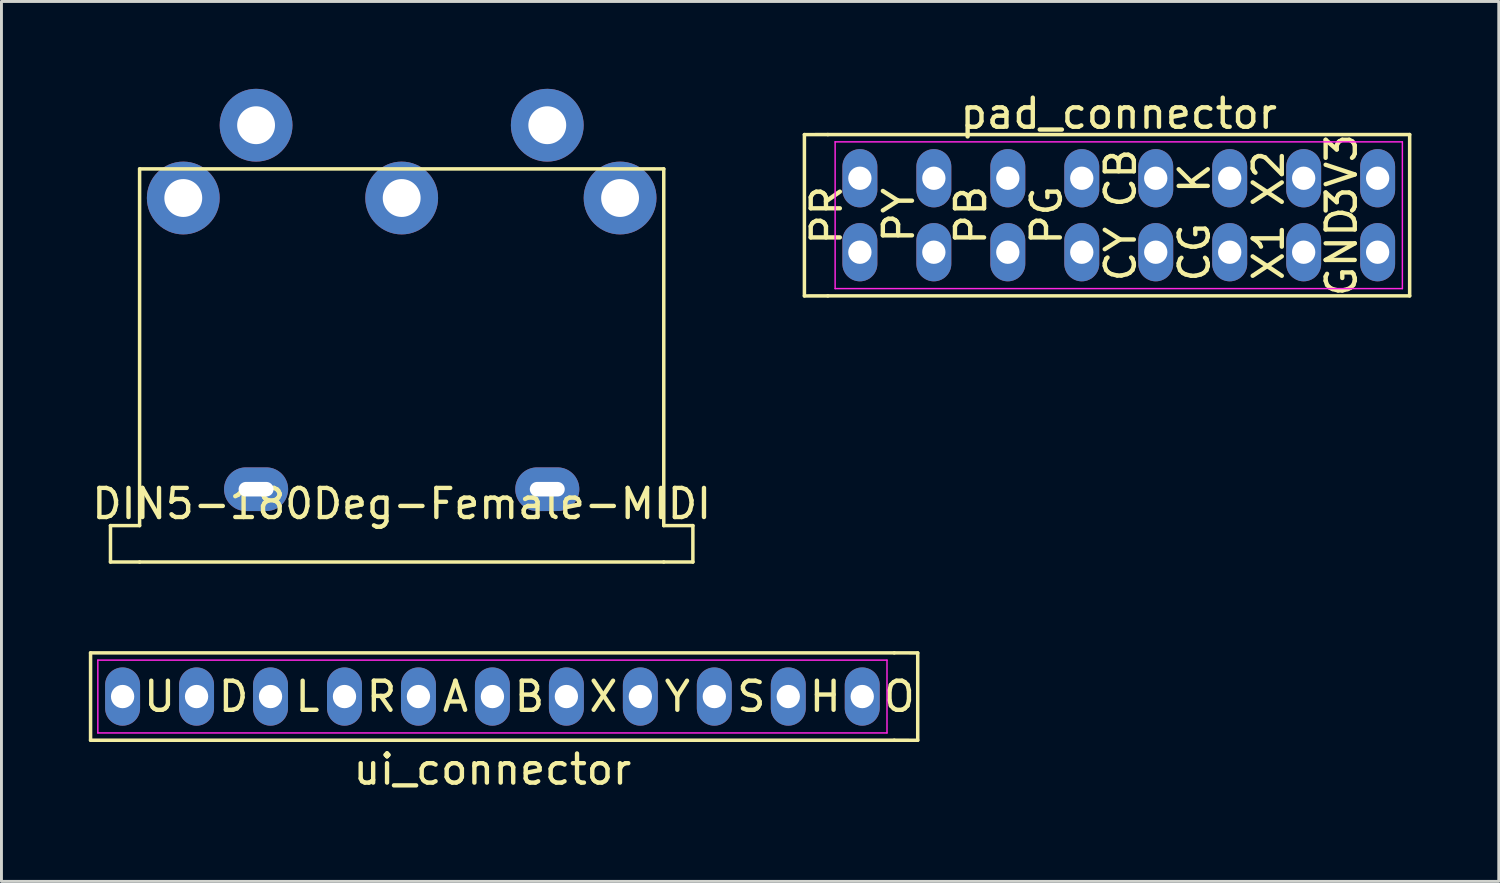
<source format=kicad_pcb>
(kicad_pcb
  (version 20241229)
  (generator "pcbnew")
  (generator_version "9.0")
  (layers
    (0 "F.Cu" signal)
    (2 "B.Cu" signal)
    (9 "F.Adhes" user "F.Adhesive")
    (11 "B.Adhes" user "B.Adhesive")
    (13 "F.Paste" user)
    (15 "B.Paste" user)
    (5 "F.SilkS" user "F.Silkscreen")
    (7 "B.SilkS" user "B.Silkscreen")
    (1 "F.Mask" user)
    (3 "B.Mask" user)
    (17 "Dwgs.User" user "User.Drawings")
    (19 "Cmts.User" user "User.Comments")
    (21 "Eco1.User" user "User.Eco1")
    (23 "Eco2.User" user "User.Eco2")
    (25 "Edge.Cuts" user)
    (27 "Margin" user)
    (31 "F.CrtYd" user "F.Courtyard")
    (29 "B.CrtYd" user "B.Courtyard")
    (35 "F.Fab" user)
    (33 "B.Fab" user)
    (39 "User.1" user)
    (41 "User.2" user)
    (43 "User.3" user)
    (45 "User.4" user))
  (footprint "DIN5-180Deg-Female-MIDI"
    (layer "F.Cu")
    (at 10.744 6.25)
    (property "Reference" "DIN5-180Deg-Female-MIDI" (at 0 8 0) (layer "F.SilkS") (effects (font (size 1 1) (thickness 0.15))))
    (attr through_hole)
    (fp_line (start -10 8.75) (end -9 8.75) (stroke (width 0.12) (type solid)) (layer "F.SilkS"))
    (fp_line (start -10 10) (end -10 8.75) (stroke (width 0.12) (type solid)) (layer "F.SilkS"))
    (fp_line (start -9 -3.5) (end 9 -3.5) (stroke (width 0.12) (type solid)) (layer "F.SilkS"))
    (fp_line (start -9 8.75) (end -9 -3.5) (stroke (width 0.12) (type solid)) (layer "F.SilkS"))
    (fp_line (start -9 10) (end -10 10) (stroke (width 0.12) (type solid)) (layer "F.SilkS"))
    (fp_line (start 9 8.75) (end 9 -3.5) (stroke (width 0.12) (type solid)) (layer "F.SilkS"))
    (fp_line (start 9 10) (end -9 10) (stroke (width 0.12) (type solid)) (layer "F.SilkS"))
    (fp_line (start 9 10) (end 10 10) (stroke (width 0.12) (type solid)) (layer "F.SilkS"))
    (fp_line (start 10 8.75) (end 9 8.75) (stroke (width 0.12) (type solid)) (layer "F.SilkS"))
    (fp_line (start 10 10) (end 10 8.75) (stroke (width 0.12) (type solid)) (layer "F.SilkS"))
    (pad "1" thru_hole circle (at 7.5 -2.5) (size 2.5 2.5) (drill 1.3) (layers "*.Cu" "*.Mask"))
    (pad "2" thru_hole circle (at 0 -2.5) (size 2.5 2.5) (drill 1.3) (layers "*.Cu" "*.Mask"))
    (pad "3" thru_hole circle (at -7.5 -2.5) (size 2.5 2.5) (drill 1.3) (layers "*.Cu" "*.Mask"))
    (pad "4" thru_hole circle (at 5 -5) (size 2.5 2.5) (drill 1.3) (layers "*.Cu" "*.Mask"))
    (pad "5" thru_hole circle (at -5 -5) (size 2.5 2.5) (drill 1.3) (layers "*.Cu" "*.Mask"))
    (pad "S" thru_hole oval (at -5 7.5) (size 2.2 1.5) (drill oval 1.2 0.5) (layers "*.Cu" "*.Mask"))
    (pad "S" thru_hole oval (at 5 7.5) (size 2.2 1.5) (drill oval 1.2 0.5) (layers "*.Cu" "*.Mask")))
  (footprint "pad_connector"
    (layer "F.Cu")
    (at 35.369 4.341)
    (property "Reference" "pad_connector" (at 0 -3.493 180) (layer "F.SilkS") (effects (font (size 1 1) (thickness 0.15))))
    (attr through_hole)
    (fp_line (start -10.795 2.771) (end -10.795 -2.769) (stroke (width 0.12) (type solid)) (layer "F.SilkS"))
    (fp_line (start -9.99 -2.77) (end -10.795 -2.769) (stroke (width 0.12) (type solid)) (layer "F.SilkS"))
    (fp_line (start -9.99 2.77) (end -10.795 2.771) (stroke (width 0.12) (type solid)) (layer "F.SilkS"))
    (fp_line (start -9.99 2.77) (end 9.99 2.77) (stroke (width 0.12) (type solid)) (layer "F.SilkS"))
    (fp_line (start 9.99 -2.77) (end -9.99 -2.77) (stroke (width 0.12) (type solid)) (layer "F.SilkS"))
    (fp_line (start 9.99 2.77) (end 9.99 -2.77) (stroke (width 0.12) (type solid)) (layer "F.SilkS"))
    (fp_line (start -9.74 -2.52) (end 9.74 -2.52) (stroke (width 0.05) (type solid)) (layer "F.CrtYd"))
    (fp_line (start -9.74 2.52) (end -9.74 -2.52) (stroke (width 0.05) (type solid)) (layer "F.CrtYd"))
    (fp_line (start 9.74 -2.52) (end 9.74 2.52) (stroke (width 0.05) (type solid)) (layer "F.CrtYd"))
    (fp_line (start 9.74 2.52) (end -9.74 2.52) (stroke (width 0.05) (type solid)) (layer "F.CrtYd"))
    (fp_text user "PY" (at -7.556 0 90) (layer "F.SilkS") (effects (font (size 1 1) (thickness 0.15))))
    (fp_text user "K" (at 2.603 -1.27 90) (layer "F.SilkS") (effects (font (size 1 1) (thickness 0.15))))
    (fp_text user "3V3" (at 7.65 -1.4 90) (layer "F.SilkS") (effects (font (size 1 1) (thickness 0.15))))
    (fp_text user "X1" (at 5.144 1.27 90) (layer "F.SilkS") (effects (font (size 1 1) (thickness 0.15))))
    (fp_text user "GND" (at 7.65 1.25 90) (layer "F.SilkS") (effects (font (size 1 1) (thickness 0.15))))
    (fp_text user "CY" (at 0.064 1.333 90) (layer "F.SilkS") (effects (font (size 1 1) (thickness 0.15))))
    (fp_text user "CB" (at 0.064 -1.27 90) (layer "F.SilkS") (effects (font (size 1 1) (thickness 0.15))))
    (fp_text user "PR" (at -10.033 0 90) (layer "F.SilkS") (effects (font (size 1 1) (thickness 0.15))))
    (fp_text user "PB" (at -5.08 0 90) (layer "F.SilkS") (effects (font (size 1 1) (thickness 0.15))))
    (fp_text user "PG" (at -2.477 0 90) (layer "F.SilkS") (effects (font (size 1 1) (thickness 0.15))))
    (fp_text user "X2" (at 5.144 -1.27 90) (layer "F.SilkS") (effects (font (size 1 1) (thickness 0.15))))
    (fp_text user "CG" (at 2.603 1.27 90) (layer "F.SilkS") (effects (font (size 1 1) (thickness 0.15))))
    (pad "1" thru_hole oval (at -8.89 1.27) (size 1.2 2) (drill 0.8) (layers "*.Cu" "*.Mask"))
    (pad "2" thru_hole oval (at -8.89 -1.27) (size 1.2 2) (drill 0.8) (layers "*.Cu" "*.Mask"))
    (pad "3" thru_hole oval (at -6.35 1.27) (size 1.2 2) (drill 0.8) (layers "*.Cu" "*.Mask"))
    (pad "4" thru_hole oval (at -6.35 -1.27) (size 1.2 2) (drill 0.8) (layers "*.Cu" "*.Mask"))
    (pad "5" thru_hole oval (at -3.81 1.27) (size 1.2 2) (drill 0.8) (layers "*.Cu" "*.Mask"))
    (pad "6" thru_hole oval (at -3.81 -1.27) (size 1.2 2) (drill 0.8) (layers "*.Cu" "*.Mask"))
    (pad "7" thru_hole oval (at -1.27 1.27) (size 1.2 2) (drill 0.8) (layers "*.Cu" "*.Mask"))
    (pad "8" thru_hole oval (at -1.27 -1.27) (size 1.2 2) (drill 0.8) (layers "*.Cu" "*.Mask"))
    (pad "9" thru_hole oval (at 1.27 1.27) (size 1.2 2) (drill 0.8) (layers "*.Cu" "*.Mask"))
    (pad "10" thru_hole oval (at 1.27 -1.27) (size 1.2 2) (drill 0.8) (layers "*.Cu" "*.Mask"))
    (pad "11" thru_hole oval (at 3.81 1.27) (size 1.2 2) (drill 0.8) (layers "*.Cu" "*.Mask"))
    (pad "12" thru_hole oval (at 3.81 -1.27) (size 1.2 2) (drill 0.8) (layers "*.Cu" "*.Mask"))
    (pad "13" thru_hole oval (at 6.35 1.27) (size 1.2 2) (drill 0.8) (layers "*.Cu" "*.Mask"))
    (pad "14" thru_hole oval (at 6.35 -1.27) (size 1.2 2) (drill 0.8) (layers "*.Cu" "*.Mask"))
    (pad "15" thru_hole oval (at 8.89 1.27) (size 1.2 2) (drill 0.8) (layers "*.Cu" "*.Mask"))
    (pad "16" thru_hole oval (at 8.89 -1.27) (size 1.2 2) (drill 0.8) (layers "*.Cu" "*.Mask")))
  (footprint "ui_connector"
    (layer "F.Cu")
    (at 13.86 20.87)
    (property "Reference" "ui_connector" (at 0 2.5 0) (layer "F.SilkS") (effects (font (size 1 1) (thickness 0.15))))
    (attr through_hole)
    (fp_line (start -13.8 -1.5) (end 13.8 -1.5) (stroke (width 0.12) (type solid)) (layer "F.SilkS"))
    (fp_line (start -13.8 1.5) (end -13.8 -1.5) (stroke (width 0.12) (type solid)) (layer "F.SilkS"))
    (fp_line (start 13.8 -1.5) (end 14.605 -1.499) (stroke (width 0.12) (type solid)) (layer "F.SilkS"))
    (fp_line (start 13.8 1.5) (end -13.8 1.5) (stroke (width 0.12) (type solid)) (layer "F.SilkS"))
    (fp_line (start 14.605 -1.499) (end 14.605 1.501) (stroke (width 0.12) (type solid)) (layer "F.SilkS"))
    (fp_line (start 14.605 1.501) (end 13.8 1.5) (stroke (width 0.12) (type solid)) (layer "F.SilkS"))
    (fp_line (start -13.55 -1.25) (end 13.55 -1.25) (stroke (width 0.05) (type solid)) (layer "F.CrtYd"))
    (fp_line (start -13.55 1.25) (end -13.55 -1.25) (stroke (width 0.05) (type solid)) (layer "F.CrtYd"))
    (fp_line (start 13.55 -1.25) (end 13.55 1.25) (stroke (width 0.05) (type solid)) (layer "F.CrtYd"))
    (fp_line (start 13.55 1.25) (end -13.55 1.25) (stroke (width 0.05) (type solid)) (layer "F.CrtYd"))
    (fp_text user "Y" (at 6.35 0 0) (layer "F.SilkS") (effects (font (size 1 1) (thickness 0.15))))
    (fp_text user "A" (at -1.27 0 0) (layer "F.SilkS") (effects (font (size 1 1) (thickness 0.15))))
    (fp_text user "S" (at 8.89 0 0) (layer "F.SilkS") (effects (font (size 1 1) (thickness 0.15))))
    (fp_text user "U" (at -11.43 0 0) (layer "F.SilkS") (effects (font (size 1 1) (thickness 0.15))))
    (fp_text user "B" (at 1.27 0 0) (layer "F.SilkS") (effects (font (size 1 1) (thickness 0.15))))
    (fp_text user "D" (at -8.89 0 0) (layer "F.SilkS") (effects (font (size 1 1) (thickness 0.15))))
    (fp_text user "X" (at 3.81 0 0) (layer "F.SilkS") (effects (font (size 1 1) (thickness 0.15))))
    (fp_text user "H" (at 11.43 0 0) (layer "F.SilkS") (effects (font (size 1 1) (thickness 0.15))))
    (fp_text user "O" (at 13.97 0 0) (layer "F.SilkS") (effects (font (size 1 1) (thickness 0.15))))
    (fp_text user "R" (at -3.81 0 0) (layer "F.SilkS") (effects (font (size 1 1) (thickness 0.15))))
    (fp_text user "L" (at -6.35 0 0) (layer "F.SilkS") (effects (font (size 1 1) (thickness 0.15))))
    (pad "1" thru_hole oval (at -12.7 0) (size 1.2 2) (drill 0.8) (layers "*.Cu" "*.Mask"))
    (pad "2" thru_hole oval (at -10.16 0) (size 1.2 2) (drill 0.8) (layers "*.Cu" "*.Mask"))
    (pad "3" thru_hole oval (at -7.62 0) (size 1.2 2) (drill 0.8) (layers "*.Cu" "*.Mask"))
    (pad "4" thru_hole oval (at -5.08 0) (size 1.2 2) (drill 0.8) (layers "*.Cu" "*.Mask"))
    (pad "5" thru_hole oval (at -2.54 0) (size 1.2 2) (drill 0.8) (layers "*.Cu" "*.Mask"))
    (pad "6" thru_hole oval (at 0 0) (size 1.2 2) (drill 0.8) (layers "*.Cu" "*.Mask"))
    (pad "7" thru_hole oval (at 2.54 0) (size 1.2 2) (drill 0.8) (layers "*.Cu" "*.Mask"))
    (pad "8" thru_hole oval (at 5.08 0) (size 1.2 2) (drill 0.8) (layers "*.Cu" "*.Mask"))
    (pad "9" thru_hole oval (at 7.62 0) (size 1.2 2) (drill 0.8) (layers "*.Cu" "*.Mask"))
    (pad "10" thru_hole oval (at 10.16 0) (size 1.2 2) (drill 0.8) (layers "*.Cu" "*.Mask"))
    (pad "11" thru_hole oval (at 12.7 0) (size 1.2 2) (drill 0.8) (layers "*.Cu" "*.Mask")))
  (gr_rect
    (start -3 -3)
    (end 48.419 27.218)
    (stroke (width 0.1) (type default))
    (fill no)
    (layer "Edge.Cuts")))
</source>
